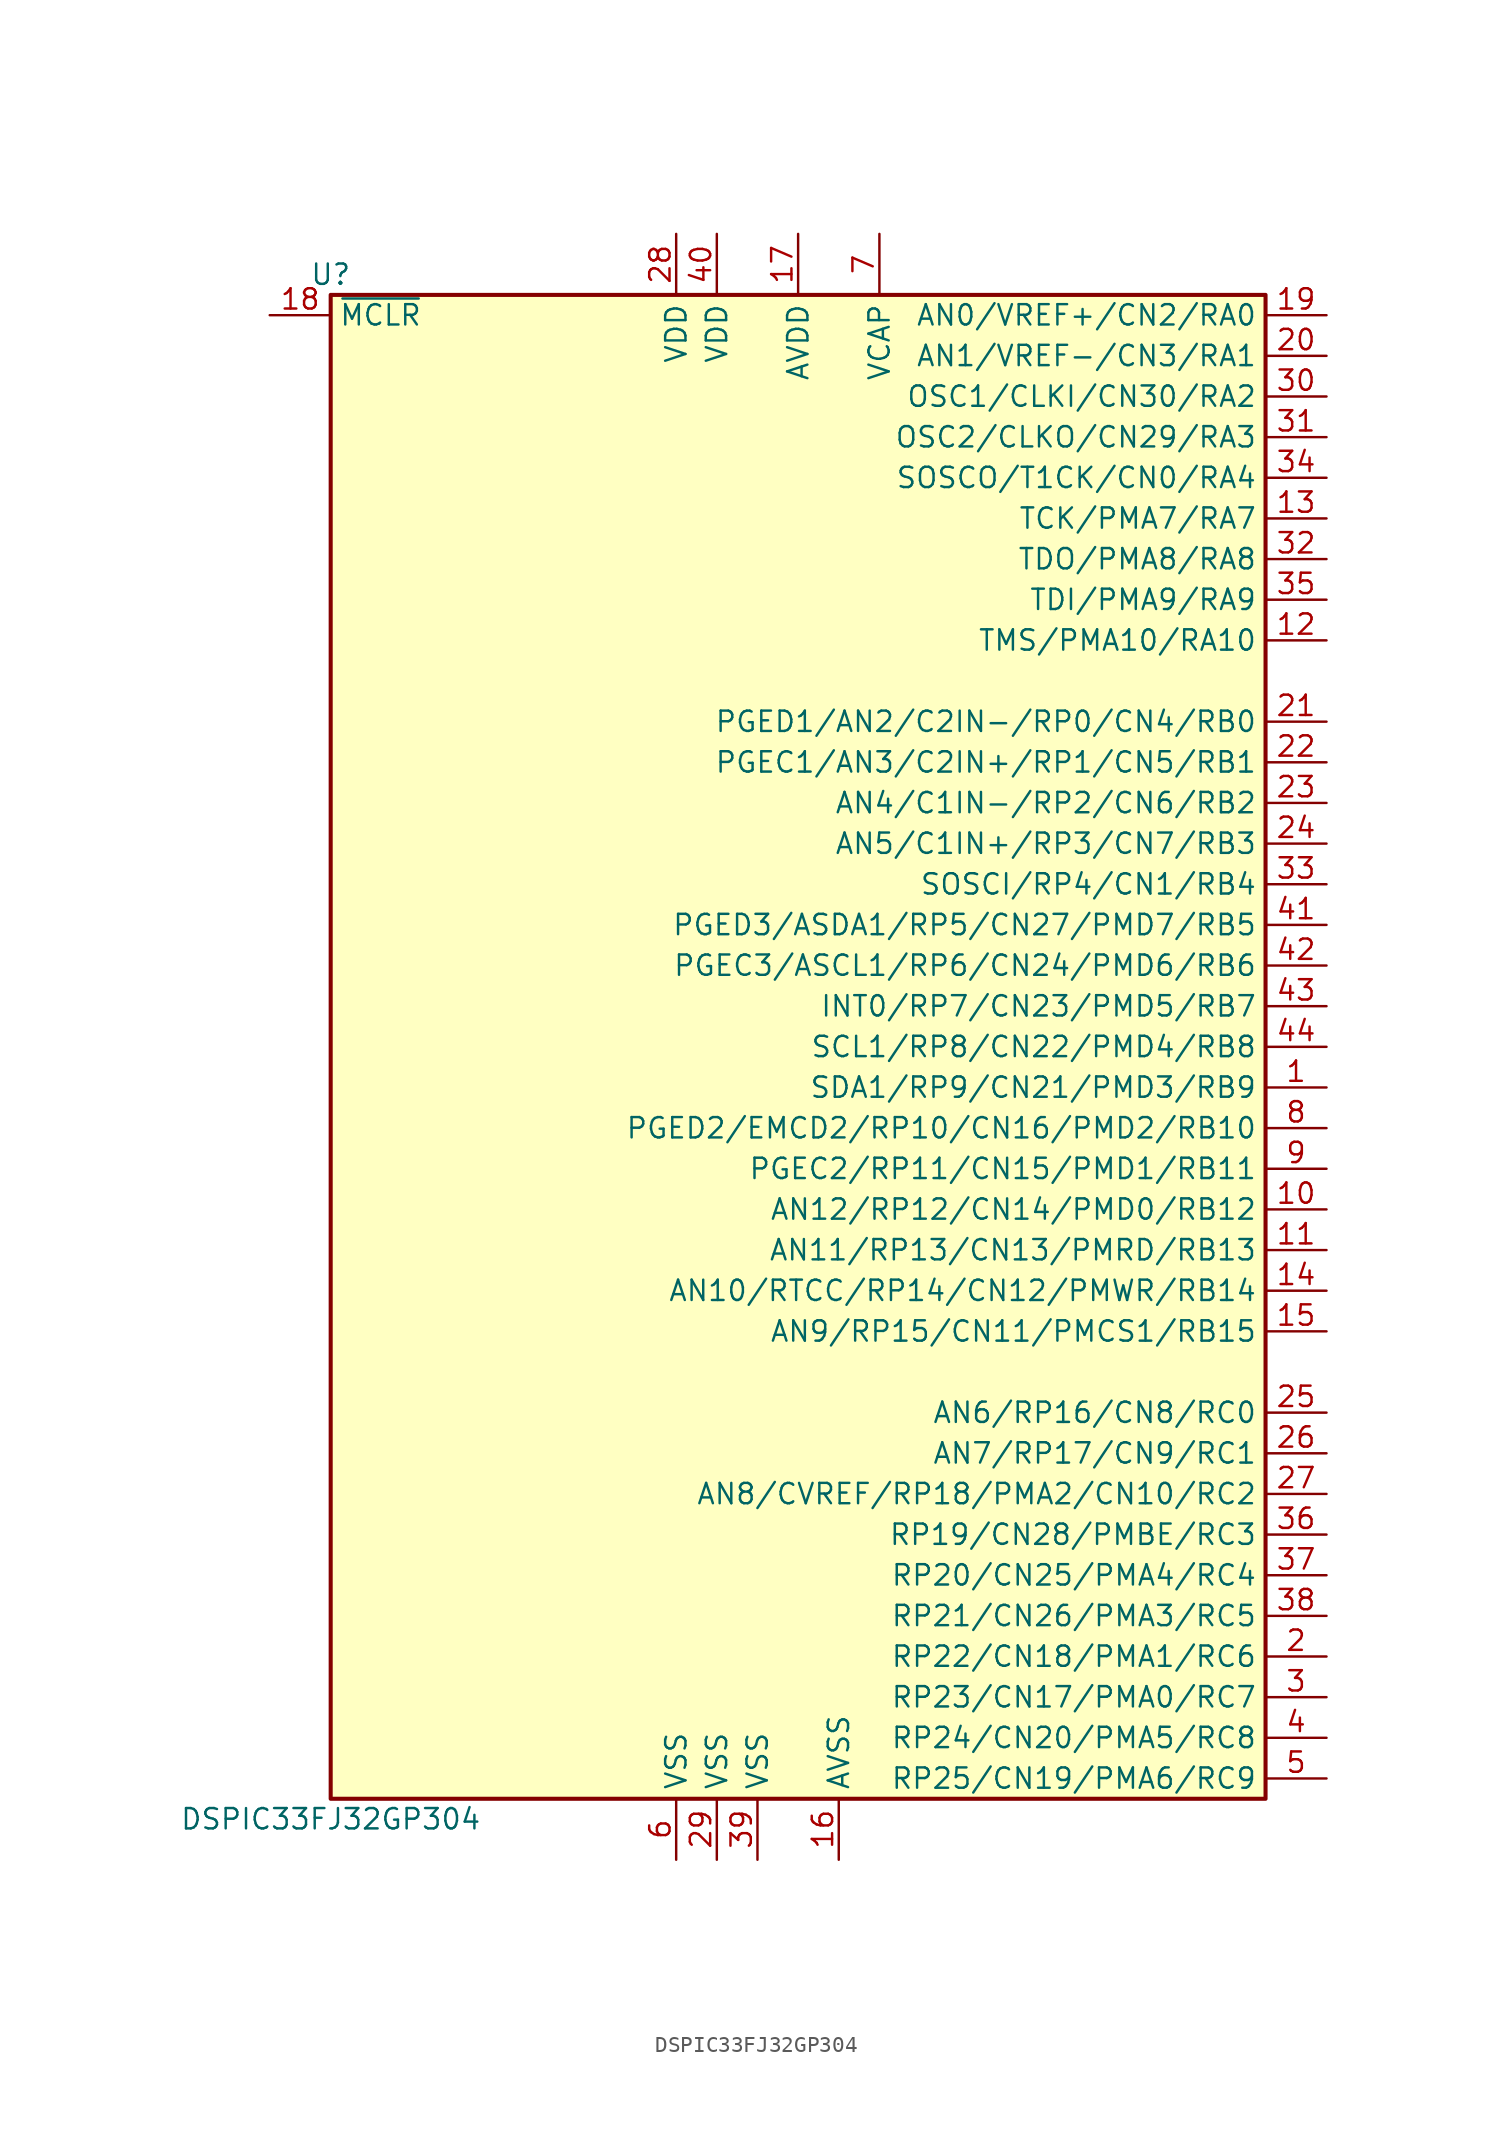
<source format=kicad_sym>
(kicad_symbol_lib
  (version 20201005)
  (generator kicad_symbol_editor)
  (symbol "DSP_Microchip_DSPIC33:DSPIC33FJ32GP304"
    (property "Reference" "U"
      (at -29.21 48.26 0)
      (effects (font (size 1.27 1.27))))
    (property "Value" "DSPIC33FJ32GP304"
      (at -29.21 -48.26 0)
      (effects (font (size 1.27 1.27))))
    (symbol "DSPIC33FJ32GP304_1_1"
      (rectangle (start -29.21 46.99) (end 29.21 -46.99) (stroke (width 0.254)) (fill (type background)))
      (pin bidirectional line (at 33.02 -2.54 180) (length 3.81) (name "SDA1/RP9/CN21/PMD3/RB9" (effects (font (size 1.27 1.27)))) (number "1" (effects (font (size 1.27 1.27)))))
      (pin bidirectional line (at 33.02 -10.16 180) (length 3.81) (name "AN12/RP12/CN14/PMD0/RB12" (effects (font (size 1.27 1.27)))) (number "10" (effects (font (size 1.27 1.27)))))
      (pin bidirectional line (at 33.02 -12.7 180) (length 3.81) (name "AN11/RP13/CN13/PMRD/RB13" (effects (font (size 1.27 1.27)))) (number "11" (effects (font (size 1.27 1.27)))))
      (pin bidirectional line (at 33.02 25.4 180) (length 3.81) (name "TMS/PMA10/RA10" (effects (font (size 1.27 1.27)))) (number "12" (effects (font (size 1.27 1.27)))))
      (pin bidirectional line (at 33.02 33.02 180) (length 3.81) (name "TCK/PMA7/RA7" (effects (font (size 1.27 1.27)))) (number "13" (effects (font (size 1.27 1.27)))))
      (pin bidirectional line (at 33.02 -15.24 180) (length 3.81) (name "AN10/RTCC/RP14/CN12/PMWR/RB14" (effects (font (size 1.27 1.27)))) (number "14" (effects (font (size 1.27 1.27)))))
      (pin bidirectional line (at 33.02 -17.78 180) (length 3.81) (name "AN9/RP15/CN11/PMCS1/RB15" (effects (font (size 1.27 1.27)))) (number "15" (effects (font (size 1.27 1.27)))))
      (pin power_in line (at 2.54 -50.8 90) (length 3.81) (name "AVSS" (effects (font (size 1.27 1.27)))) (number "16" (effects (font (size 1.27 1.27)))))
      (pin power_in line (at 0 50.8 270) (length 3.81) (name "AVDD" (effects (font (size 1.27 1.27)))) (number "17" (effects (font (size 1.27 1.27)))))
      (pin input line (at -33.02 45.72 0) (length 3.81) (name "~MCLR" (effects (font (size 1.27 1.27)))) (number "18" (effects (font (size 1.27 1.27)))))
      (pin bidirectional line (at 33.02 45.72 180) (length 3.81) (name "AN0/VREF+/CN2/RA0" (effects (font (size 1.27 1.27)))) (number "19" (effects (font (size 1.27 1.27)))))
      (pin bidirectional line (at 33.02 -38.1 180) (length 3.81) (name "RP22/CN18/PMA1/RC6" (effects (font (size 1.27 1.27)))) (number "2" (effects (font (size 1.27 1.27)))))
      (pin bidirectional line (at 33.02 43.18 180) (length 3.81) (name "AN1/VREF-/CN3/RA1" (effects (font (size 1.27 1.27)))) (number "20" (effects (font (size 1.27 1.27)))))
      (pin bidirectional line (at 33.02 20.32 180) (length 3.81) (name "PGED1/AN2/C2IN-/RP0/CN4/RB0" (effects (font (size 1.27 1.27)))) (number "21" (effects (font (size 1.27 1.27)))))
      (pin bidirectional line (at 33.02 17.78 180) (length 3.81) (name "PGEC1/AN3/C2IN+/RP1/CN5/RB1" (effects (font (size 1.27 1.27)))) (number "22" (effects (font (size 1.27 1.27)))))
      (pin bidirectional line (at 33.02 15.24 180) (length 3.81) (name "AN4/C1IN-/RP2/CN6/RB2" (effects (font (size 1.27 1.27)))) (number "23" (effects (font (size 1.27 1.27)))))
      (pin bidirectional line (at 33.02 12.7 180) (length 3.81) (name "AN5/C1IN+/RP3/CN7/RB3" (effects (font (size 1.27 1.27)))) (number "24" (effects (font (size 1.27 1.27)))))
      (pin bidirectional line (at 33.02 -22.86 180) (length 3.81) (name "AN6/RP16/CN8/RC0" (effects (font (size 1.27 1.27)))) (number "25" (effects (font (size 1.27 1.27)))))
      (pin bidirectional line (at 33.02 -25.4 180) (length 3.81) (name "AN7/RP17/CN9/RC1" (effects (font (size 1.27 1.27)))) (number "26" (effects (font (size 1.27 1.27)))))
      (pin bidirectional line (at 33.02 -27.94 180) (length 3.81) (name "AN8/CVREF/RP18/PMA2/CN10/RC2" (effects (font (size 1.27 1.27)))) (number "27" (effects (font (size 1.27 1.27)))))
      (pin power_in line (at -7.62 50.8 270) (length 3.81) (name "VDD" (effects (font (size 1.27 1.27)))) (number "28" (effects (font (size 1.27 1.27)))))
      (pin power_in line (at -5.08 -50.8 90) (length 3.81) (name "VSS" (effects (font (size 1.27 1.27)))) (number "29" (effects (font (size 1.27 1.27)))))
      (pin bidirectional line (at 33.02 -40.64 180) (length 3.81) (name "RP23/CN17/PMA0/RC7" (effects (font (size 1.27 1.27)))) (number "3" (effects (font (size 1.27 1.27)))))
      (pin input line (at 33.02 40.64 180) (length 3.81) (name "OSC1/CLKI/CN30/RA2" (effects (font (size 1.27 1.27)))) (number "30" (effects (font (size 1.27 1.27)))))
      (pin input line (at 33.02 38.1 180) (length 3.81) (name "OSC2/CLKO/CN29/RA3" (effects (font (size 1.27 1.27)))) (number "31" (effects (font (size 1.27 1.27)))))
      (pin input line (at 33.02 30.48 180) (length 3.81) (name "TDO/PMA8/RA8" (effects (font (size 1.27 1.27)))) (number "32" (effects (font (size 1.27 1.27)))))
      (pin input line (at 33.02 10.16 180) (length 3.81) (name "SOSCI/RP4/CN1/RB4" (effects (font (size 1.27 1.27)))) (number "33" (effects (font (size 1.27 1.27)))))
      (pin input line (at 33.02 35.56 180) (length 3.81) (name "SOSCO/T1CK/CN0/RA4" (effects (font (size 1.27 1.27)))) (number "34" (effects (font (size 1.27 1.27)))))
      (pin input line (at 33.02 27.94 180) (length 3.81) (name "TDI/PMA9/RA9" (effects (font (size 1.27 1.27)))) (number "35" (effects (font (size 1.27 1.27)))))
      (pin input line (at 33.02 -30.48 180) (length 3.81) (name "RP19/CN28/PMBE/RC3" (effects (font (size 1.27 1.27)))) (number "36" (effects (font (size 1.27 1.27)))))
      (pin input line (at 33.02 -33.02 180) (length 3.81) (name "RP20/CN25/PMA4/RC4" (effects (font (size 1.27 1.27)))) (number "37" (effects (font (size 1.27 1.27)))))
      (pin input line (at 33.02 -35.56 180) (length 3.81) (name "RP21/CN26/PMA3/RC5" (effects (font (size 1.27 1.27)))) (number "38" (effects (font (size 1.27 1.27)))))
      (pin power_in line (at -2.54 -50.8 90) (length 3.81) (name "VSS" (effects (font (size 1.27 1.27)))) (number "39" (effects (font (size 1.27 1.27)))))
      (pin bidirectional line (at 33.02 -43.18 180) (length 3.81) (name "RP24/CN20/PMA5/RC8" (effects (font (size 1.27 1.27)))) (number "4" (effects (font (size 1.27 1.27)))))
      (pin power_in line (at -5.08 50.8 270) (length 3.81) (name "VDD" (effects (font (size 1.27 1.27)))) (number "40" (effects (font (size 1.27 1.27)))))
      (pin input line (at 33.02 7.62 180) (length 3.81) (name "PGED3/ASDA1/RP5/CN27/PMD7/RB5" (effects (font (size 1.27 1.27)))) (number "41" (effects (font (size 1.27 1.27)))))
      (pin input line (at 33.02 5.08 180) (length 3.81) (name "PGEC3/ASCL1/RP6/CN24/PMD6/RB6" (effects (font (size 1.27 1.27)))) (number "42" (effects (font (size 1.27 1.27)))))
      (pin input line (at 33.02 2.54 180) (length 3.81) (name "INT0/RP7/CN23/PMD5/RB7" (effects (font (size 1.27 1.27)))) (number "43" (effects (font (size 1.27 1.27)))))
      (pin input line (at 33.02 0 180) (length 3.81) (name "SCL1/RP8/CN22/PMD4/RB8" (effects (font (size 1.27 1.27)))) (number "44" (effects (font (size 1.27 1.27)))))
      (pin bidirectional line (at 33.02 -45.72 180) (length 3.81) (name "RP25/CN19/PMA6/RC9" (effects (font (size 1.27 1.27)))) (number "5" (effects (font (size 1.27 1.27)))))
      (pin power_in line (at -7.62 -50.8 90) (length 3.81) (name "VSS" (effects (font (size 1.27 1.27)))) (number "6" (effects (font (size 1.27 1.27)))))
      (pin power_in line (at 5.08 50.8 270) (length 3.81) (name "VCAP" (effects (font (size 1.27 1.27)))) (number "7" (effects (font (size 1.27 1.27)))))
      (pin bidirectional line (at 33.02 -5.08 180) (length 3.81) (name "PGED2/EMCD2/RP10/CN16/PMD2/RB10" (effects (font (size 1.27 1.27)))) (number "8" (effects (font (size 1.27 1.27)))))
      (pin bidirectional line (at 33.02 -7.62 180) (length 3.81) (name "PGEC2/RP11/CN15/PMD1/RB11" (effects (font (size 1.27 1.27)))) (number "9" (effects (font (size 1.27 1.27))))))))
</source>
